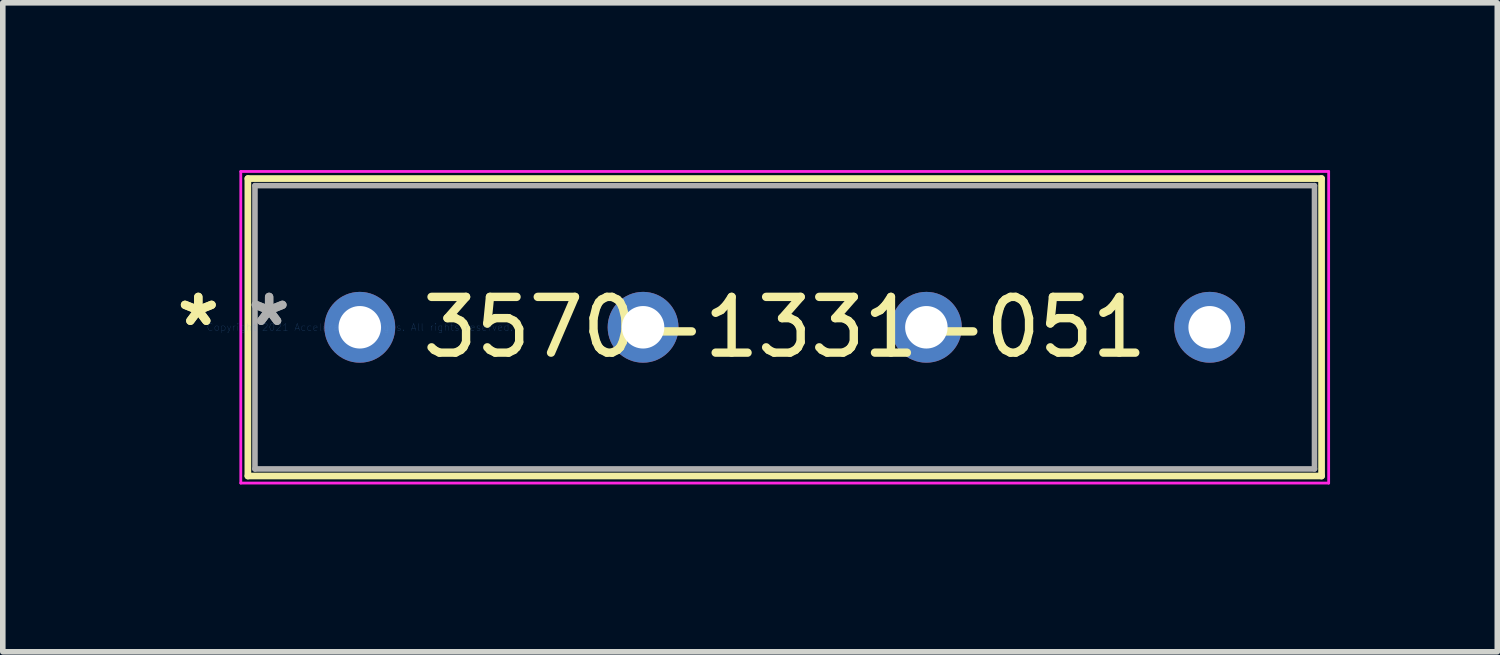
<source format=kicad_pcb>
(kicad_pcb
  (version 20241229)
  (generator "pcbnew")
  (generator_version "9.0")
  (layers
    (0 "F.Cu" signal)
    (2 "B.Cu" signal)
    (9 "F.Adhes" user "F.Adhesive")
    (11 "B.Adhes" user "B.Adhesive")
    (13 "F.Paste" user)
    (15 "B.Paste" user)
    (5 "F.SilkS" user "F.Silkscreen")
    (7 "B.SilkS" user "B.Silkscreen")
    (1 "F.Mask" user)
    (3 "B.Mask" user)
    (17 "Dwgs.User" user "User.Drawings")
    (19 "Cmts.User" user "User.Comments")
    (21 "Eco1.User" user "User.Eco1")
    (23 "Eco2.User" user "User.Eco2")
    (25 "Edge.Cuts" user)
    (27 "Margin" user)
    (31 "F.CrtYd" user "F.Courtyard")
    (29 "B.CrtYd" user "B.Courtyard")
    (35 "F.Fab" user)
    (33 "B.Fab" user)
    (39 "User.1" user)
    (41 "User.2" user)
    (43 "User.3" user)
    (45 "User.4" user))
  (footprint "3570-1331-051"
    (layer "F.Cu")
    (at 3.402 2.819)
    (property "Reference" "3570-1331-051" (at 7.62 0 0) (layer "F.SilkS") (effects (font (size 1 1) (thickness 0.15))))
    (attr through_hole)
    (fp_line (start -2.007 -2.667) (end -2.007 2.667) (stroke (width 0.12) (type solid)) (layer "F.SilkS"))
    (fp_line (start -2.007 2.667) (end 17.247 2.667) (stroke (width 0.12) (type solid)) (layer "F.SilkS"))
    (fp_line (start 17.247 -2.667) (end -2.007 -2.667) (stroke (width 0.12) (type solid)) (layer "F.SilkS"))
    (fp_line (start 17.247 2.667) (end 17.247 -2.667) (stroke (width 0.12) (type solid)) (layer "F.SilkS"))
    (fp_line (start -2.134 -2.794) (end 17.374 -2.794) (stroke (width 0.05) (type solid)) (layer "F.CrtYd"))
    (fp_line (start -2.134 2.794) (end -2.134 -2.794) (stroke (width 0.05) (type solid)) (layer "F.CrtYd"))
    (fp_line (start 17.374 -2.794) (end 17.374 2.794) (stroke (width 0.05) (type solid)) (layer "F.CrtYd"))
    (fp_line (start 17.374 2.794) (end -2.134 2.794) (stroke (width 0.05) (type solid)) (layer "F.CrtYd"))
    (fp_line (start -1.88 -2.54) (end -1.88 2.54) (stroke (width 0.1) (type solid)) (layer "F.Fab"))
    (fp_line (start -1.88 2.54) (end 17.12 2.54) (stroke (width 0.1) (type solid)) (layer "F.Fab"))
    (fp_line (start 17.12 -2.54) (end -1.88 -2.54) (stroke (width 0.1) (type solid)) (layer "F.Fab"))
    (fp_line (start 17.12 2.54) (end 17.12 -2.54) (stroke (width 0.1) (type solid)) (layer "F.Fab"))
    (fp_text user "*" (at -2.896 0 0) (layer "F.SilkS") (effects (font (size 1 1) (thickness 0.15))))
    (fp_text user "*" (at -2.896 0 0) (layer "F.SilkS") (effects (font (size 1 1) (thickness 0.15))))
    (fp_text user "Copyright 2021 Accelerated Designs. All rights reserved." (at 0 0 0) (layer "Cmts.User") (effects (font (size 0.127 0.127) (thickness 0.002))))
    (fp_text user "*" (at -1.626 0 0) (layer "F.Fab") (effects (font (size 1 1) (thickness 0.15))))
    (fp_text user "*" (at -1.626 0 0) (layer "F.Fab") (effects (font (size 1 1) (thickness 0.15))))
    (pad "1" thru_hole circle (at 0 0) (size 1.27 1.27) (drill 0.762) (layers "*.Cu" "*.Mask"))
    (pad "2" thru_hole circle (at 5.08 0) (size 1.27 1.27) (drill 0.762) (layers "*.Cu" "*.Mask"))
    (pad "3" thru_hole circle (at 10.16 0) (size 1.27 1.27) (drill 0.762) (layers "*.Cu" "*.Mask"))
    (pad "4" thru_hole circle (at 15.24 0) (size 1.27 1.27) (drill 0.762) (layers "*.Cu" "*.Mask")))
  (gr_rect
    (start -3 -3)
    (end 23.8 8.638)
    (stroke (width 0.1) (type default))
    (fill no)
    (layer "Edge.Cuts")))
</source>
